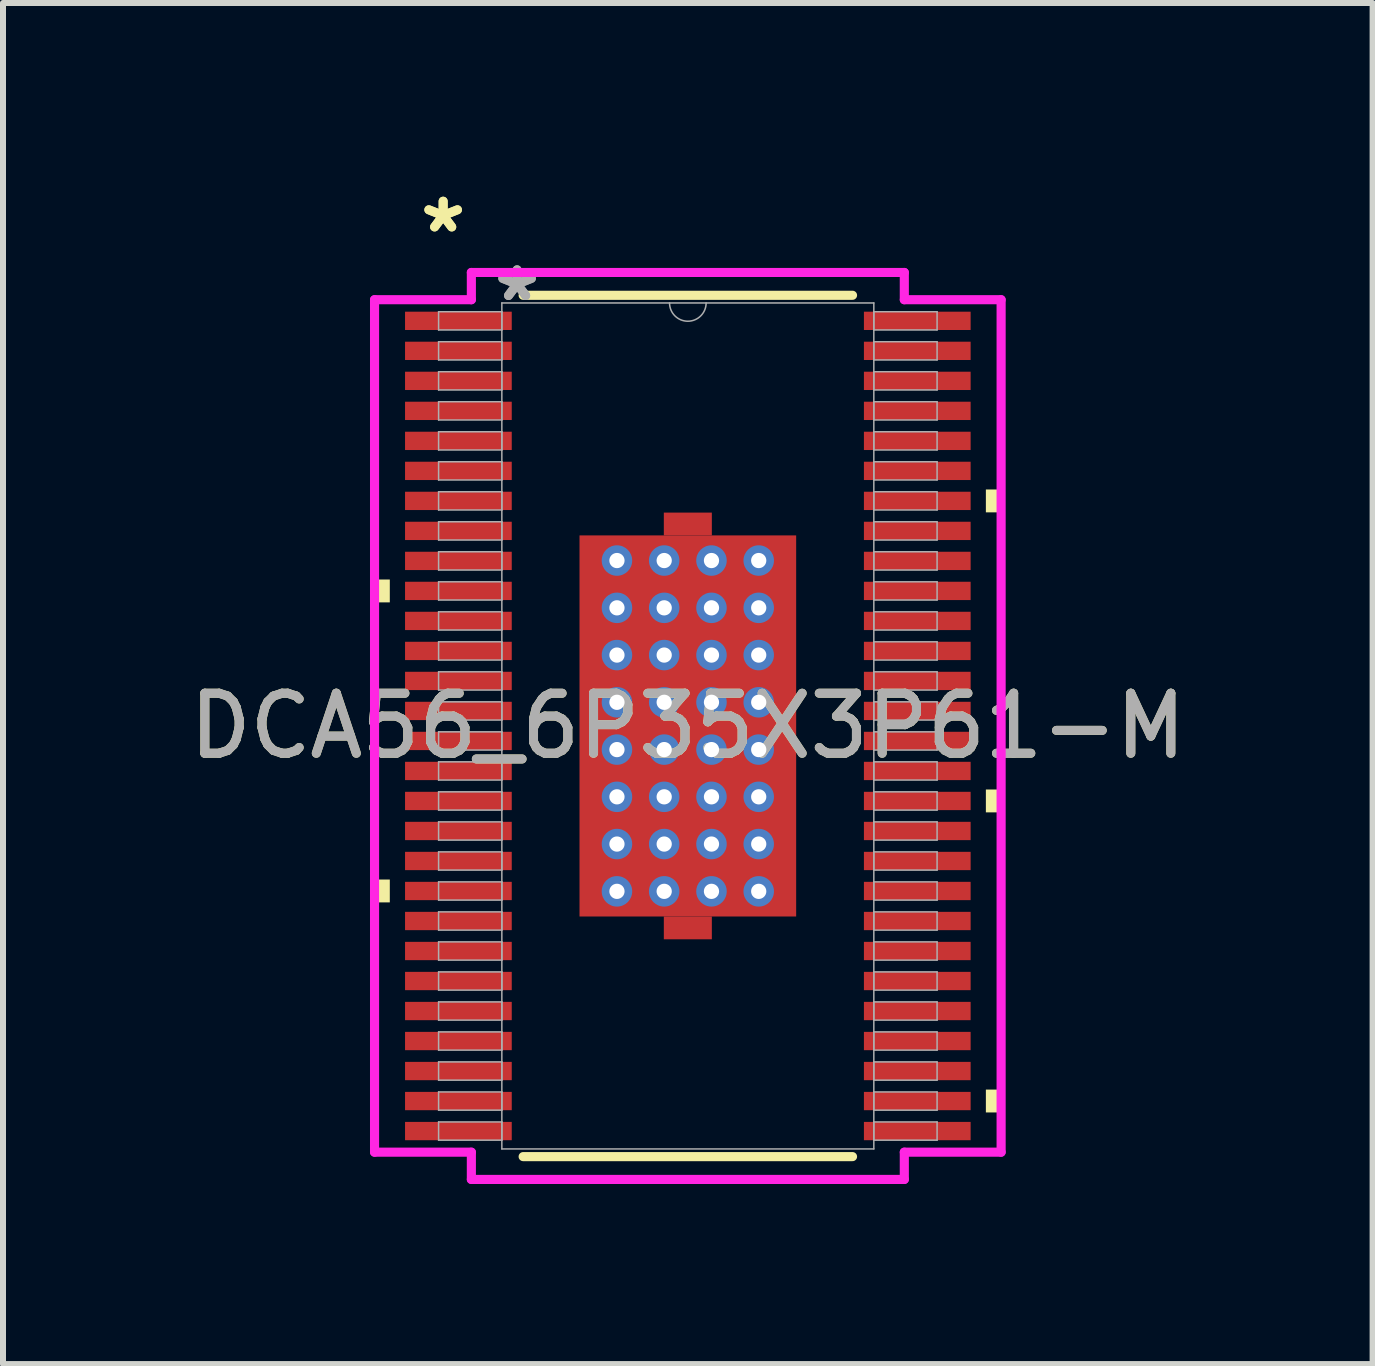
<source format=kicad_pcb>
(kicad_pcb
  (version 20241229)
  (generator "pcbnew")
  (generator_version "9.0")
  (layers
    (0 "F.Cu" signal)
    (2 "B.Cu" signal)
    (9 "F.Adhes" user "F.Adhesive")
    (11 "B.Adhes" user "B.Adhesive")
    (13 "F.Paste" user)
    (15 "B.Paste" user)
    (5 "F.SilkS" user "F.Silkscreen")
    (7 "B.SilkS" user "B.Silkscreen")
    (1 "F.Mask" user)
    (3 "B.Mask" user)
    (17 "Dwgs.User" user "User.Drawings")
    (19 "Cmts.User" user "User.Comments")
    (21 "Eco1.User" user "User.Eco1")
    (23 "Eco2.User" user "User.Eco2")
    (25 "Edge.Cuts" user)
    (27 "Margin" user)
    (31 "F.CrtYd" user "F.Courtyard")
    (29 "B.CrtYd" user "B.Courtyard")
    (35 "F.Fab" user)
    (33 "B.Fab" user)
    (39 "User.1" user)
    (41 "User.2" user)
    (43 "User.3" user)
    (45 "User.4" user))
  (footprint "DCA56_6P35X3P61-M"
    (layer "F.Cu")
    (at 8.411 9.046)
    (property "Reference" "DCA56_6P35X3P61-M" (at 0 0 0) (unlocked yes) (layer "F.SilkS") (effects (font (size 1 1) (thickness 0.15))))
    (attr smd)
    (fp_poly (pts (xy -0.4 -3.175) (xy -0.4 -3.555) (xy 0.4 -3.555) (xy 0.4 -3.175)) (stroke (width 0) (type solid)) (fill yes) (layer "F.Cu"))
    (fp_poly (pts (xy -0.4 3.175) (xy -0.4 3.555) (xy 0.4 3.555) (xy 0.4 3.175)) (stroke (width 0) (type solid)) (fill yes) (layer "F.Cu"))
    (fp_poly (pts (xy -1.869 -3.239) (xy -1.381 -3.239) (xy -1.381 3.239) (xy -1.869 3.239)) (stroke (width 0) (type solid)) (fill yes) (layer "F.Mask"))
    (fp_poly (pts (xy -1.869 -3.239) (xy 1.869 -3.239) (xy 1.869 -2.956) (xy -1.869 -2.956)) (stroke (width 0) (type solid)) (fill yes) (layer "F.Mask"))
    (fp_poly (pts (xy -1.869 -2.556) (xy 1.869 -2.556) (xy 1.869 -2.168) (xy -1.869 -2.168)) (stroke (width 0) (type solid)) (fill yes) (layer "F.Mask"))
    (fp_poly (pts (xy -1.869 -1.768) (xy 1.869 -1.768) (xy 1.869 -1.381) (xy -1.869 -1.381)) (stroke (width 0) (type solid)) (fill yes) (layer "F.Mask"))
    (fp_poly (pts (xy -1.869 -0.981) (xy 1.869 -0.981) (xy 1.869 -0.594) (xy -1.869 -0.594)) (stroke (width 0) (type solid)) (fill yes) (layer "F.Mask"))
    (fp_poly (pts (xy -1.869 -0.194) (xy 1.869 -0.194) (xy 1.869 0.194) (xy -1.869 0.194)) (stroke (width 0) (type solid)) (fill yes) (layer "F.Mask"))
    (fp_poly (pts (xy -1.869 0.594) (xy 1.869 0.594) (xy 1.869 0.981) (xy -1.869 0.981)) (stroke (width 0) (type solid)) (fill yes) (layer "F.Mask"))
    (fp_poly (pts (xy -1.869 1.381) (xy 1.869 1.381) (xy 1.869 1.768) (xy -1.869 1.768)) (stroke (width 0) (type solid)) (fill yes) (layer "F.Mask"))
    (fp_poly (pts (xy -1.869 2.168) (xy 1.869 2.168) (xy 1.869 2.556) (xy -1.869 2.556)) (stroke (width 0) (type solid)) (fill yes) (layer "F.Mask"))
    (fp_poly (pts (xy -1.869 2.956) (xy 1.869 2.956) (xy 1.869 3.239) (xy -1.869 3.239)) (stroke (width 0) (type solid)) (fill yes) (layer "F.Mask"))
    (fp_poly (pts (xy -0.594 -3.239) (xy -0.981 -3.239) (xy -0.981 3.239) (xy -0.594 3.239)) (stroke (width 0) (type solid)) (fill yes) (layer "F.Mask"))
    (fp_poly (pts (xy -0.4 -3.175) (xy -0.4 -3.555) (xy 0.4 -3.555) (xy 0.4 -3.175)) (stroke (width 0) (type solid)) (fill yes) (layer "F.Mask"))
    (fp_poly (pts (xy -0.4 3.175) (xy -0.4 3.555) (xy 0.4 3.555) (xy 0.4 3.175)) (stroke (width 0) (type solid)) (fill yes) (layer "F.Mask"))
    (fp_poly (pts (xy 0.194 -3.239) (xy -0.194 -3.239) (xy -0.194 3.239) (xy 0.194 3.239)) (stroke (width 0) (type solid)) (fill yes) (layer "F.Mask"))
    (fp_poly (pts (xy 0.981 -3.239) (xy 0.594 -3.239) (xy 0.594 3.239) (xy 0.981 3.239)) (stroke (width 0) (type solid)) (fill yes) (layer "F.Mask"))
    (fp_poly (pts (xy 1.381 -3.239) (xy 1.869 -3.239) (xy 1.869 3.239) (xy 1.381 3.239)) (stroke (width 0) (type solid)) (fill yes) (layer "F.Mask"))
    (fp_line (start -2.744 7.176) (end 2.744 7.176) (stroke (width 0.152) (type solid)) (layer "F.SilkS"))
    (fp_line (start 2.744 -7.176) (end -2.744 -7.176) (stroke (width 0.152) (type solid)) (layer "F.SilkS"))
    (fp_poly (pts (xy -5.22 -2.44) (xy -5.22 -2.059) (xy -4.966 -2.059) (xy -4.966 -2.44)) (stroke (width 0) (type solid)) (fill yes) (layer "F.SilkS"))
    (fp_poly (pts (xy -5.22 2.559) (xy -5.22 2.94) (xy -4.966 2.94) (xy -4.966 2.559)) (stroke (width 0) (type solid)) (fill yes) (layer "F.SilkS"))
    (fp_poly (pts (xy 5.22 -3.94) (xy 5.22 -3.559) (xy 4.966 -3.559) (xy 4.966 -3.94)) (stroke (width 0) (type solid)) (fill yes) (layer "F.SilkS"))
    (fp_poly (pts (xy 5.22 1.059) (xy 5.22 1.44) (xy 4.966 1.44) (xy 4.966 1.059)) (stroke (width 0) (type solid)) (fill yes) (layer "F.SilkS"))
    (fp_poly (pts (xy 5.22 6.059) (xy 5.22 6.44) (xy 4.966 6.44) (xy 4.966 6.059)) (stroke (width 0) (type solid)) (fill yes) (layer "F.SilkS"))
    (fp_poly (pts (xy -1.73 -3.1) (xy -1.73 -2.856) (xy -1.423 -2.856) (xy -1.281 -2.997) (xy -1.281 -3.1)) (stroke (width 0) (type solid)) (fill yes) (layer "F.Paste"))
    (fp_poly (pts (xy -1.73 2.856) (xy -1.73 3.1) (xy -1.281 3.1) (xy -1.281 2.997) (xy -1.423 2.856)) (stroke (width 0) (type solid)) (fill yes) (layer "F.Paste"))
    (fp_poly (pts (xy 1.281 -3.1) (xy 1.281 -2.997) (xy 1.423 -2.856) (xy 1.73 -2.856) (xy 1.73 -3.1)) (stroke (width 0) (type solid)) (fill yes) (layer "F.Paste"))
    (fp_poly (pts (xy 1.423 2.856) (xy 1.281 2.997) (xy 1.281 3.1) (xy 1.73 3.1) (xy 1.73 2.856)) (stroke (width 0) (type solid)) (fill yes) (layer "F.Paste"))
    (fp_poly (pts (xy -1.73 -2.656) (xy -1.73 -2.068) (xy -1.423 -2.068) (xy -1.281 -2.21) (xy -1.281 -2.514) (xy -1.423 -2.656)) (stroke (width 0) (type solid)) (fill yes) (layer "F.Paste"))
    (fp_poly (pts (xy -1.73 -1.869) (xy -1.73 -1.281) (xy -1.423 -1.281) (xy -1.281 -1.423) (xy -1.281 -1.727) (xy -1.423 -1.869)) (stroke (width 0) (type solid)) (fill yes) (layer "F.Paste"))
    (fp_poly (pts (xy -1.73 -1.081) (xy -1.73 -0.494) (xy -1.423 -0.494) (xy -1.281 -0.635) (xy -1.281 -0.94) (xy -1.423 -1.081)) (stroke (width 0) (type solid)) (fill yes) (layer "F.Paste"))
    (fp_poly (pts (xy -1.73 -0.294) (xy -1.73 0.294) (xy -1.423 0.294) (xy -1.281 0.152) (xy -1.281 -0.152) (xy -1.423 -0.294)) (stroke (width 0) (type solid)) (fill yes) (layer "F.Paste"))
    (fp_poly (pts (xy -1.73 0.494) (xy -1.73 1.081) (xy -1.423 1.081) (xy -1.281 0.94) (xy -1.281 0.635) (xy -1.423 0.494)) (stroke (width 0) (type solid)) (fill yes) (layer "F.Paste"))
    (fp_poly (pts (xy -1.73 1.281) (xy -1.73 1.869) (xy -1.423 1.869) (xy -1.281 1.727) (xy -1.281 1.423) (xy -1.423 1.281)) (stroke (width 0) (type solid)) (fill yes) (layer "F.Paste"))
    (fp_poly (pts (xy -1.73 2.068) (xy -1.73 2.656) (xy -1.423 2.656) (xy -1.281 2.514) (xy -1.281 2.21) (xy -1.423 2.068)) (stroke (width 0) (type solid)) (fill yes) (layer "F.Paste"))
    (fp_poly (pts (xy -1.081 -3.1) (xy -1.081 -2.997) (xy -0.94 -2.856) (xy -0.635 -2.856) (xy -0.494 -2.997) (xy -0.494 -3.1)) (stroke (width 0) (type solid)) (fill yes) (layer "F.Paste"))
    (fp_poly (pts (xy -0.94 2.856) (xy -1.081 2.997) (xy -1.081 3.1) (xy -0.494 3.1) (xy -0.494 2.997) (xy -0.635 2.856)) (stroke (width 0) (type solid)) (fill yes) (layer "F.Paste"))
    (fp_poly (pts (xy -0.294 -3.1) (xy -0.294 -2.997) (xy -0.152 -2.856) (xy 0.152 -2.856) (xy 0.294 -2.997) (xy 0.294 -3.1)) (stroke (width 0) (type solid)) (fill yes) (layer "F.Paste"))
    (fp_poly (pts (xy -0.152 2.856) (xy -0.294 2.997) (xy -0.294 3.1) (xy 0.294 3.1) (xy 0.294 2.997) (xy 0.152 2.856)) (stroke (width 0) (type solid)) (fill yes) (layer "F.Paste"))
    (fp_poly (pts (xy 0.494 -3.1) (xy 0.494 -2.997) (xy 0.635 -2.856) (xy 0.94 -2.856) (xy 1.081 -2.997) (xy 1.081 -3.1)) (stroke (width 0) (type solid)) (fill yes) (layer "F.Paste"))
    (fp_poly (pts (xy 0.635 2.856) (xy 0.494 2.997) (xy 0.494 3.1) (xy 1.081 3.1) (xy 1.081 2.997) (xy 0.94 2.856)) (stroke (width 0) (type solid)) (fill yes) (layer "F.Paste"))
    (fp_poly (pts (xy 1.423 -2.656) (xy 1.281 -2.514) (xy 1.281 -2.21) (xy 1.423 -2.068) (xy 1.73 -2.068) (xy 1.73 -2.656)) (stroke (width 0) (type solid)) (fill yes) (layer "F.Paste"))
    (fp_poly (pts (xy 1.423 -1.869) (xy 1.281 -1.727) (xy 1.281 -1.423) (xy 1.423 -1.281) (xy 1.73 -1.281) (xy 1.73 -1.869)) (stroke (width 0) (type solid)) (fill yes) (layer "F.Paste"))
    (fp_poly (pts (xy 1.423 -1.081) (xy 1.281 -0.94) (xy 1.281 -0.635) (xy 1.423 -0.494) (xy 1.73 -0.494) (xy 1.73 -1.081)) (stroke (width 0) (type solid)) (fill yes) (layer "F.Paste"))
    (fp_poly (pts (xy 1.423 -0.294) (xy 1.281 -0.152) (xy 1.281 0.152) (xy 1.423 0.294) (xy 1.73 0.294) (xy 1.73 -0.294)) (stroke (width 0) (type solid)) (fill yes) (layer "F.Paste"))
    (fp_poly (pts (xy 1.423 0.494) (xy 1.281 0.635) (xy 1.281 0.94) (xy 1.423 1.081) (xy 1.73 1.081) (xy 1.73 0.494)) (stroke (width 0) (type solid)) (fill yes) (layer "F.Paste"))
    (fp_poly (pts (xy 1.423 1.281) (xy 1.281 1.423) (xy 1.281 1.727) (xy 1.423 1.869) (xy 1.73 1.869) (xy 1.73 1.281)) (stroke (width 0) (type solid)) (fill yes) (layer "F.Paste"))
    (fp_poly (pts (xy 1.423 2.068) (xy 1.281 2.21) (xy 1.281 2.514) (xy 1.423 2.656) (xy 1.73 2.656) (xy 1.73 2.068)) (stroke (width 0) (type solid)) (fill yes) (layer "F.Paste"))
    (fp_poly (pts (xy -0.94 -2.656) (xy -1.081 -2.514) (xy -1.081 -2.21) (xy -0.94 -2.068) (xy -0.635 -2.068) (xy -0.494 -2.21) (xy -0.494 -2.514) (xy -0.635 -2.656)) (stroke (width 0) (type solid)) (fill yes) (layer "F.Paste"))
    (fp_poly (pts (xy -0.94 -1.869) (xy -1.081 -1.727) (xy -1.081 -1.423) (xy -0.94 -1.281) (xy -0.635 -1.281) (xy -0.494 -1.423) (xy -0.494 -1.727) (xy -0.635 -1.869)) (stroke (width 0) (type solid)) (fill yes) (layer "F.Paste"))
    (fp_poly (pts (xy -0.94 -1.081) (xy -1.081 -0.94) (xy -1.081 -0.635) (xy -0.94 -0.494) (xy -0.635 -0.494) (xy -0.494 -0.635) (xy -0.494 -0.94) (xy -0.635 -1.081)) (stroke (width 0) (type solid)) (fill yes) (layer "F.Paste"))
    (fp_poly (pts (xy -0.94 -0.294) (xy -1.081 -0.152) (xy -1.081 0.152) (xy -0.94 0.294) (xy -0.635 0.294) (xy -0.494 0.152) (xy -0.494 -0.152) (xy -0.635 -0.294)) (stroke (width 0) (type solid)) (fill yes) (layer "F.Paste"))
    (fp_poly (pts (xy -0.94 0.494) (xy -1.081 0.635) (xy -1.081 0.94) (xy -0.94 1.081) (xy -0.635 1.081) (xy -0.494 0.94) (xy -0.494 0.635) (xy -0.635 0.494)) (stroke (width 0) (type solid)) (fill yes) (layer "F.Paste"))
    (fp_poly (pts (xy -0.94 1.281) (xy -1.081 1.423) (xy -1.081 1.727) (xy -0.94 1.869) (xy -0.635 1.869) (xy -0.494 1.727) (xy -0.494 1.423) (xy -0.635 1.281)) (stroke (width 0) (type solid)) (fill yes) (layer "F.Paste"))
    (fp_poly (pts (xy -0.94 2.068) (xy -1.081 2.21) (xy -1.081 2.514) (xy -0.94 2.656) (xy -0.635 2.656) (xy -0.494 2.514) (xy -0.494 2.21) (xy -0.635 2.068)) (stroke (width 0) (type solid)) (fill yes) (layer "F.Paste"))
    (fp_poly (pts (xy -0.152 -2.656) (xy -0.294 -2.514) (xy -0.294 -2.21) (xy -0.152 -2.068) (xy 0.152 -2.068) (xy 0.294 -2.21) (xy 0.294 -2.514) (xy 0.152 -2.656)) (stroke (width 0) (type solid)) (fill yes) (layer "F.Paste"))
    (fp_poly (pts (xy -0.152 -1.869) (xy -0.294 -1.727) (xy -0.294 -1.423) (xy -0.152 -1.281) (xy 0.152 -1.281) (xy 0.294 -1.423) (xy 0.294 -1.727) (xy 0.152 -1.869)) (stroke (width 0) (type solid)) (fill yes) (layer "F.Paste"))
    (fp_poly (pts (xy -0.152 -1.081) (xy -0.294 -0.94) (xy -0.294 -0.635) (xy -0.152 -0.494) (xy 0.152 -0.494) (xy 0.294 -0.635) (xy 0.294 -0.94) (xy 0.152 -1.081)) (stroke (width 0) (type solid)) (fill yes) (layer "F.Paste"))
    (fp_poly (pts (xy -0.152 -0.294) (xy -0.294 -0.152) (xy -0.294 0.152) (xy -0.152 0.294) (xy 0.152 0.294) (xy 0.294 0.152) (xy 0.294 -0.152) (xy 0.152 -0.294)) (stroke (width 0) (type solid)) (fill yes) (layer "F.Paste"))
    (fp_poly (pts (xy -0.152 0.494) (xy -0.294 0.635) (xy -0.294 0.94) (xy -0.152 1.081) (xy 0.152 1.081) (xy 0.294 0.94) (xy 0.294 0.635) (xy 0.152 0.494)) (stroke (width 0) (type solid)) (fill yes) (layer "F.Paste"))
    (fp_poly (pts (xy -0.152 1.281) (xy -0.294 1.423) (xy -0.294 1.727) (xy -0.152 1.869) (xy 0.152 1.869) (xy 0.294 1.727) (xy 0.294 1.423) (xy 0.152 1.281)) (stroke (width 0) (type solid)) (fill yes) (layer "F.Paste"))
    (fp_poly (pts (xy -0.152 2.068) (xy -0.294 2.21) (xy -0.294 2.514) (xy -0.152 2.656) (xy 0.152 2.656) (xy 0.294 2.514) (xy 0.294 2.21) (xy 0.152 2.068)) (stroke (width 0) (type solid)) (fill yes) (layer "F.Paste"))
    (fp_poly (pts (xy 0.635 -2.656) (xy 0.494 -2.514) (xy 0.494 -2.21) (xy 0.635 -2.068) (xy 0.94 -2.068) (xy 1.081 -2.21) (xy 1.081 -2.514) (xy 0.94 -2.656)) (stroke (width 0) (type solid)) (fill yes) (layer "F.Paste"))
    (fp_poly (pts (xy 0.635 -1.869) (xy 0.494 -1.727) (xy 0.494 -1.423) (xy 0.635 -1.281) (xy 0.94 -1.281) (xy 1.081 -1.423) (xy 1.081 -1.727) (xy 0.94 -1.869)) (stroke (width 0) (type solid)) (fill yes) (layer "F.Paste"))
    (fp_poly (pts (xy 0.635 -1.081) (xy 0.494 -0.94) (xy 0.494 -0.635) (xy 0.635 -0.494) (xy 0.94 -0.494) (xy 1.081 -0.635) (xy 1.081 -0.94) (xy 0.94 -1.081)) (stroke (width 0) (type solid)) (fill yes) (layer "F.Paste"))
    (fp_poly (pts (xy 0.635 -0.294) (xy 0.494 -0.152) (xy 0.494 0.152) (xy 0.635 0.294) (xy 0.94 0.294) (xy 1.081 0.152) (xy 1.081 -0.152) (xy 0.94 -0.294)) (stroke (width 0) (type solid)) (fill yes) (layer "F.Paste"))
    (fp_poly (pts (xy 0.635 0.494) (xy 0.494 0.635) (xy 0.494 0.94) (xy 0.635 1.081) (xy 0.94 1.081) (xy 1.081 0.94) (xy 1.081 0.635) (xy 0.94 0.494)) (stroke (width 0) (type solid)) (fill yes) (layer "F.Paste"))
    (fp_poly (pts (xy 0.635 1.281) (xy 0.494 1.423) (xy 0.494 1.727) (xy 0.635 1.869) (xy 0.94 1.869) (xy 1.081 1.727) (xy 1.081 1.423) (xy 0.94 1.281)) (stroke (width 0) (type solid)) (fill yes) (layer "F.Paste"))
    (fp_poly (pts (xy 0.635 2.068) (xy 0.494 2.21) (xy 0.494 2.514) (xy 0.635 2.656) (xy 0.94 2.656) (xy 1.081 2.514) (xy 1.081 2.21) (xy 0.94 2.068)) (stroke (width 0) (type solid)) (fill yes) (layer "F.Paste"))
    (fp_line (start -5.22 -7.102) (end -3.607 -7.102) (stroke (width 0.152) (type solid)) (layer "F.CrtYd"))
    (fp_line (start -5.22 7.102) (end -5.22 -7.102) (stroke (width 0.152) (type solid)) (layer "F.CrtYd"))
    (fp_line (start -5.22 7.102) (end -3.607 7.102) (stroke (width 0.152) (type solid)) (layer "F.CrtYd"))
    (fp_line (start -3.607 -7.556) (end 3.607 -7.556) (stroke (width 0.152) (type solid)) (layer "F.CrtYd"))
    (fp_line (start -3.607 -7.102) (end -3.607 -7.556) (stroke (width 0.152) (type solid)) (layer "F.CrtYd"))
    (fp_line (start -3.607 7.556) (end -3.607 7.102) (stroke (width 0.152) (type solid)) (layer "F.CrtYd"))
    (fp_line (start 3.607 -7.556) (end 3.607 -7.102) (stroke (width 0.152) (type solid)) (layer "F.CrtYd"))
    (fp_line (start 3.607 7.102) (end 3.607 7.556) (stroke (width 0.152) (type solid)) (layer "F.CrtYd"))
    (fp_line (start 3.607 7.556) (end -3.607 7.556) (stroke (width 0.152) (type solid)) (layer "F.CrtYd"))
    (fp_line (start 5.22 -7.102) (end 3.607 -7.102) (stroke (width 0.152) (type solid)) (layer "F.CrtYd"))
    (fp_line (start 5.22 -7.102) (end 5.22 7.102) (stroke (width 0.152) (type solid)) (layer "F.CrtYd"))
    (fp_line (start 5.22 7.102) (end 3.607 7.102) (stroke (width 0.152) (type solid)) (layer "F.CrtYd"))
    (fp_line (start -4.153 -6.902) (end -4.153 -6.598) (stroke (width 0.025) (type solid)) (layer "F.Fab"))
    (fp_line (start -4.153 -6.598) (end -3.099 -6.598) (stroke (width 0.025) (type solid)) (layer "F.Fab"))
    (fp_line (start -4.153 -6.402) (end -4.153 -6.098) (stroke (width 0.025) (type solid)) (layer "F.Fab"))
    (fp_line (start -4.153 -6.098) (end -3.099 -6.098) (stroke (width 0.025) (type solid)) (layer "F.Fab"))
    (fp_line (start -4.153 -5.902) (end -4.153 -5.598) (stroke (width 0.025) (type solid)) (layer "F.Fab"))
    (fp_line (start -4.153 -5.598) (end -3.099 -5.598) (stroke (width 0.025) (type solid)) (layer "F.Fab"))
    (fp_line (start -4.153 -5.402) (end -4.153 -5.098) (stroke (width 0.025) (type solid)) (layer "F.Fab"))
    (fp_line (start -4.153 -5.098) (end -3.099 -5.098) (stroke (width 0.025) (type solid)) (layer "F.Fab"))
    (fp_line (start -4.153 -4.902) (end -4.153 -4.598) (stroke (width 0.025) (type solid)) (layer "F.Fab"))
    (fp_line (start -4.153 -4.598) (end -3.099 -4.598) (stroke (width 0.025) (type solid)) (layer "F.Fab"))
    (fp_line (start -4.153 -4.402) (end -4.153 -4.098) (stroke (width 0.025) (type solid)) (layer "F.Fab"))
    (fp_line (start -4.153 -4.098) (end -3.099 -4.098) (stroke (width 0.025) (type solid)) (layer "F.Fab"))
    (fp_line (start -4.153 -3.902) (end -4.153 -3.598) (stroke (width 0.025) (type solid)) (layer "F.Fab"))
    (fp_line (start -4.153 -3.598) (end -3.099 -3.598) (stroke (width 0.025) (type solid)) (layer "F.Fab"))
    (fp_line (start -4.153 -3.402) (end -4.153 -3.098) (stroke (width 0.025) (type solid)) (layer "F.Fab"))
    (fp_line (start -4.153 -3.098) (end -3.099 -3.098) (stroke (width 0.025) (type solid)) (layer "F.Fab"))
    (fp_line (start -4.153 -2.902) (end -4.153 -2.598) (stroke (width 0.025) (type solid)) (layer "F.Fab"))
    (fp_line (start -4.153 -2.598) (end -3.099 -2.598) (stroke (width 0.025) (type solid)) (layer "F.Fab"))
    (fp_line (start -4.153 -2.402) (end -4.153 -2.098) (stroke (width 0.025) (type solid)) (layer "F.Fab"))
    (fp_line (start -4.153 -2.098) (end -3.099 -2.098) (stroke (width 0.025) (type solid)) (layer "F.Fab"))
    (fp_line (start -4.153 -1.902) (end -4.153 -1.598) (stroke (width 0.025) (type solid)) (layer "F.Fab"))
    (fp_line (start -4.153 -1.598) (end -3.099 -1.598) (stroke (width 0.025) (type solid)) (layer "F.Fab"))
    (fp_line (start -4.153 -1.402) (end -4.153 -1.098) (stroke (width 0.025) (type solid)) (layer "F.Fab"))
    (fp_line (start -4.153 -1.098) (end -3.099 -1.098) (stroke (width 0.025) (type solid)) (layer "F.Fab"))
    (fp_line (start -4.153 -0.902) (end -4.153 -0.598) (stroke (width 0.025) (type solid)) (layer "F.Fab"))
    (fp_line (start -4.153 -0.598) (end -3.099 -0.598) (stroke (width 0.025) (type solid)) (layer "F.Fab"))
    (fp_line (start -4.153 -0.402) (end -4.153 -0.098) (stroke (width 0.025) (type solid)) (layer "F.Fab"))
    (fp_line (start -4.153 -0.098) (end -3.099 -0.098) (stroke (width 0.025) (type solid)) (layer "F.Fab"))
    (fp_line (start -4.153 0.098) (end -4.153 0.402) (stroke (width 0.025) (type solid)) (layer "F.Fab"))
    (fp_line (start -4.153 0.402) (end -3.099 0.402) (stroke (width 0.025) (type solid)) (layer "F.Fab"))
    (fp_line (start -4.153 0.598) (end -4.153 0.902) (stroke (width 0.025) (type solid)) (layer "F.Fab"))
    (fp_line (start -4.153 0.902) (end -3.099 0.902) (stroke (width 0.025) (type solid)) (layer "F.Fab"))
    (fp_line (start -4.153 1.098) (end -4.153 1.402) (stroke (width 0.025) (type solid)) (layer "F.Fab"))
    (fp_line (start -4.153 1.402) (end -3.099 1.402) (stroke (width 0.025) (type solid)) (layer "F.Fab"))
    (fp_line (start -4.153 1.598) (end -4.153 1.902) (stroke (width 0.025) (type solid)) (layer "F.Fab"))
    (fp_line (start -4.153 1.902) (end -3.099 1.902) (stroke (width 0.025) (type solid)) (layer "F.Fab"))
    (fp_line (start -4.153 2.098) (end -4.153 2.402) (stroke (width 0.025) (type solid)) (layer "F.Fab"))
    (fp_line (start -4.153 2.402) (end -3.099 2.402) (stroke (width 0.025) (type solid)) (layer "F.Fab"))
    (fp_line (start -4.153 2.598) (end -4.153 2.902) (stroke (width 0.025) (type solid)) (layer "F.Fab"))
    (fp_line (start -4.153 2.902) (end -3.099 2.902) (stroke (width 0.025) (type solid)) (layer "F.Fab"))
    (fp_line (start -4.153 3.098) (end -4.153 3.402) (stroke (width 0.025) (type solid)) (layer "F.Fab"))
    (fp_line (start -4.153 3.402) (end -3.099 3.402) (stroke (width 0.025) (type solid)) (layer "F.Fab"))
    (fp_line (start -4.153 3.598) (end -4.153 3.902) (stroke (width 0.025) (type solid)) (layer "F.Fab"))
    (fp_line (start -4.153 3.902) (end -3.099 3.902) (stroke (width 0.025) (type solid)) (layer "F.Fab"))
    (fp_line (start -4.153 4.098) (end -4.153 4.402) (stroke (width 0.025) (type solid)) (layer "F.Fab"))
    (fp_line (start -4.153 4.402) (end -3.099 4.402) (stroke (width 0.025) (type solid)) (layer "F.Fab"))
    (fp_line (start -4.153 4.598) (end -4.153 4.902) (stroke (width 0.025) (type solid)) (layer "F.Fab"))
    (fp_line (start -4.153 4.902) (end -3.099 4.902) (stroke (width 0.025) (type solid)) (layer "F.Fab"))
    (fp_line (start -4.153 5.098) (end -4.153 5.402) (stroke (width 0.025) (type solid)) (layer "F.Fab"))
    (fp_line (start -4.153 5.402) (end -3.099 5.402) (stroke (width 0.025) (type solid)) (layer "F.Fab"))
    (fp_line (start -4.153 5.598) (end -4.153 5.902) (stroke (width 0.025) (type solid)) (layer "F.Fab"))
    (fp_line (start -4.153 5.902) (end -3.099 5.902) (stroke (width 0.025) (type solid)) (layer "F.Fab"))
    (fp_line (start -4.153 6.098) (end -4.153 6.402) (stroke (width 0.025) (type solid)) (layer "F.Fab"))
    (fp_line (start -4.153 6.402) (end -3.099 6.402) (stroke (width 0.025) (type solid)) (layer "F.Fab"))
    (fp_line (start -4.153 6.598) (end -4.153 6.902) (stroke (width 0.025) (type solid)) (layer "F.Fab"))
    (fp_line (start -4.153 6.902) (end -3.099 6.902) (stroke (width 0.025) (type solid)) (layer "F.Fab"))
    (fp_line (start -3.099 -7.048) (end -3.099 7.048) (stroke (width 0.025) (type solid)) (layer "F.Fab"))
    (fp_line (start -3.099 -6.902) (end -4.153 -6.902) (stroke (width 0.025) (type solid)) (layer "F.Fab"))
    (fp_line (start -3.099 -6.598) (end -3.099 -6.902) (stroke (width 0.025) (type solid)) (layer "F.Fab"))
    (fp_line (start -3.099 -6.402) (end -4.153 -6.402) (stroke (width 0.025) (type solid)) (layer "F.Fab"))
    (fp_line (start -3.099 -6.098) (end -3.099 -6.402) (stroke (width 0.025) (type solid)) (layer "F.Fab"))
    (fp_line (start -3.099 -5.902) (end -4.153 -5.902) (stroke (width 0.025) (type solid)) (layer "F.Fab"))
    (fp_line (start -3.099 -5.598) (end -3.099 -5.902) (stroke (width 0.025) (type solid)) (layer "F.Fab"))
    (fp_line (start -3.099 -5.402) (end -4.153 -5.402) (stroke (width 0.025) (type solid)) (layer "F.Fab"))
    (fp_line (start -3.099 -5.098) (end -3.099 -5.402) (stroke (width 0.025) (type solid)) (layer "F.Fab"))
    (fp_line (start -3.099 -4.902) (end -4.153 -4.902) (stroke (width 0.025) (type solid)) (layer "F.Fab"))
    (fp_line (start -3.099 -4.598) (end -3.099 -4.902) (stroke (width 0.025) (type solid)) (layer "F.Fab"))
    (fp_line (start -3.099 -4.402) (end -4.153 -4.402) (stroke (width 0.025) (type solid)) (layer "F.Fab"))
    (fp_line (start -3.099 -4.098) (end -3.099 -4.402) (stroke (width 0.025) (type solid)) (layer "F.Fab"))
    (fp_line (start -3.099 -3.902) (end -4.153 -3.902) (stroke (width 0.025) (type solid)) (layer "F.Fab"))
    (fp_line (start -3.099 -3.598) (end -3.099 -3.902) (stroke (width 0.025) (type solid)) (layer "F.Fab"))
    (fp_line (start -3.099 -3.402) (end -4.153 -3.402) (stroke (width 0.025) (type solid)) (layer "F.Fab"))
    (fp_line (start -3.099 -3.098) (end -3.099 -3.402) (stroke (width 0.025) (type solid)) (layer "F.Fab"))
    (fp_line (start -3.099 -2.902) (end -4.153 -2.902) (stroke (width 0.025) (type solid)) (layer "F.Fab"))
    (fp_line (start -3.099 -2.598) (end -3.099 -2.902) (stroke (width 0.025) (type solid)) (layer "F.Fab"))
    (fp_line (start -3.099 -2.402) (end -4.153 -2.402) (stroke (width 0.025) (type solid)) (layer "F.Fab"))
    (fp_line (start -3.099 -2.098) (end -3.099 -2.402) (stroke (width 0.025) (type solid)) (layer "F.Fab"))
    (fp_line (start -3.099 -1.902) (end -4.153 -1.902) (stroke (width 0.025) (type solid)) (layer "F.Fab"))
    (fp_line (start -3.099 -1.598) (end -3.099 -1.902) (stroke (width 0.025) (type solid)) (layer "F.Fab"))
    (fp_line (start -3.099 -1.402) (end -4.153 -1.402) (stroke (width 0.025) (type solid)) (layer "F.Fab"))
    (fp_line (start -3.099 -1.098) (end -3.099 -1.402) (stroke (width 0.025) (type solid)) (layer "F.Fab"))
    (fp_line (start -3.099 -0.902) (end -4.153 -0.902) (stroke (width 0.025) (type solid)) (layer "F.Fab"))
    (fp_line (start -3.099 -0.598) (end -3.099 -0.902) (stroke (width 0.025) (type solid)) (layer "F.Fab"))
    (fp_line (start -3.099 -0.402) (end -4.153 -0.402) (stroke (width 0.025) (type solid)) (layer "F.Fab"))
    (fp_line (start -3.099 -0.098) (end -3.099 -0.402) (stroke (width 0.025) (type solid)) (layer "F.Fab"))
    (fp_line (start -3.099 0.098) (end -4.153 0.098) (stroke (width 0.025) (type solid)) (layer "F.Fab"))
    (fp_line (start -3.099 0.402) (end -3.099 0.098) (stroke (width 0.025) (type solid)) (layer "F.Fab"))
    (fp_line (start -3.099 0.598) (end -4.153 0.598) (stroke (width 0.025) (type solid)) (layer "F.Fab"))
    (fp_line (start -3.099 0.902) (end -3.099 0.598) (stroke (width 0.025) (type solid)) (layer "F.Fab"))
    (fp_line (start -3.099 1.098) (end -4.153 1.098) (stroke (width 0.025) (type solid)) (layer "F.Fab"))
    (fp_line (start -3.099 1.402) (end -3.099 1.098) (stroke (width 0.025) (type solid)) (layer "F.Fab"))
    (fp_line (start -3.099 1.598) (end -4.153 1.598) (stroke (width 0.025) (type solid)) (layer "F.Fab"))
    (fp_line (start -3.099 1.902) (end -3.099 1.598) (stroke (width 0.025) (type solid)) (layer "F.Fab"))
    (fp_line (start -3.099 2.098) (end -4.153 2.098) (stroke (width 0.025) (type solid)) (layer "F.Fab"))
    (fp_line (start -3.099 2.402) (end -3.099 2.098) (stroke (width 0.025) (type solid)) (layer "F.Fab"))
    (fp_line (start -3.099 2.598) (end -4.153 2.598) (stroke (width 0.025) (type solid)) (layer "F.Fab"))
    (fp_line (start -3.099 2.902) (end -3.099 2.598) (stroke (width 0.025) (type solid)) (layer "F.Fab"))
    (fp_line (start -3.099 3.098) (end -4.153 3.098) (stroke (width 0.025) (type solid)) (layer "F.Fab"))
    (fp_line (start -3.099 3.402) (end -3.099 3.098) (stroke (width 0.025) (type solid)) (layer "F.Fab"))
    (fp_line (start -3.099 3.598) (end -4.153 3.598) (stroke (width 0.025) (type solid)) (layer "F.Fab"))
    (fp_line (start -3.099 3.902) (end -3.099 3.598) (stroke (width 0.025) (type solid)) (layer "F.Fab"))
    (fp_line (start -3.099 4.098) (end -4.153 4.098) (stroke (width 0.025) (type solid)) (layer "F.Fab"))
    (fp_line (start -3.099 4.402) (end -3.099 4.098) (stroke (width 0.025) (type solid)) (layer "F.Fab"))
    (fp_line (start -3.099 4.598) (end -4.153 4.598) (stroke (width 0.025) (type solid)) (layer "F.Fab"))
    (fp_line (start -3.099 4.902) (end -3.099 4.598) (stroke (width 0.025) (type solid)) (layer "F.Fab"))
    (fp_line (start -3.099 5.098) (end -4.153 5.098) (stroke (width 0.025) (type solid)) (layer "F.Fab"))
    (fp_line (start -3.099 5.402) (end -3.099 5.098) (stroke (width 0.025) (type solid)) (layer "F.Fab"))
    (fp_line (start -3.099 5.598) (end -4.153 5.598) (stroke (width 0.025) (type solid)) (layer "F.Fab"))
    (fp_line (start -3.099 5.902) (end -3.099 5.598) (stroke (width 0.025) (type solid)) (layer "F.Fab"))
    (fp_line (start -3.099 6.098) (end -4.153 6.098) (stroke (width 0.025) (type solid)) (layer "F.Fab"))
    (fp_line (start -3.099 6.402) (end -3.099 6.098) (stroke (width 0.025) (type solid)) (layer "F.Fab"))
    (fp_line (start -3.099 6.598) (end -4.153 6.598) (stroke (width 0.025) (type solid)) (layer "F.Fab"))
    (fp_line (start -3.099 6.902) (end -3.099 6.598) (stroke (width 0.025) (type solid)) (layer "F.Fab"))
    (fp_line (start -3.099 7.048) (end 3.099 7.048) (stroke (width 0.025) (type solid)) (layer "F.Fab"))
    (fp_line (start 3.099 -7.048) (end -3.099 -7.048) (stroke (width 0.025) (type solid)) (layer "F.Fab"))
    (fp_line (start 3.099 -6.902) (end 3.099 -6.598) (stroke (width 0.025) (type solid)) (layer "F.Fab"))
    (fp_line (start 3.099 -6.598) (end 4.153 -6.598) (stroke (width 0.025) (type solid)) (layer "F.Fab"))
    (fp_line (start 3.099 -6.402) (end 3.099 -6.098) (stroke (width 0.025) (type solid)) (layer "F.Fab"))
    (fp_line (start 3.099 -6.098) (end 4.153 -6.098) (stroke (width 0.025) (type solid)) (layer "F.Fab"))
    (fp_line (start 3.099 -5.902) (end 3.099 -5.598) (stroke (width 0.025) (type solid)) (layer "F.Fab"))
    (fp_line (start 3.099 -5.598) (end 4.153 -5.598) (stroke (width 0.025) (type solid)) (layer "F.Fab"))
    (fp_line (start 3.099 -5.402) (end 3.099 -5.098) (stroke (width 0.025) (type solid)) (layer "F.Fab"))
    (fp_line (start 3.099 -5.098) (end 4.153 -5.098) (stroke (width 0.025) (type solid)) (layer "F.Fab"))
    (fp_line (start 3.099 -4.902) (end 3.099 -4.598) (stroke (width 0.025) (type solid)) (layer "F.Fab"))
    (fp_line (start 3.099 -4.598) (end 4.153 -4.598) (stroke (width 0.025) (type solid)) (layer "F.Fab"))
    (fp_line (start 3.099 -4.402) (end 3.099 -4.098) (stroke (width 0.025) (type solid)) (layer "F.Fab"))
    (fp_line (start 3.099 -4.098) (end 4.153 -4.098) (stroke (width 0.025) (type solid)) (layer "F.Fab"))
    (fp_line (start 3.099 -3.902) (end 3.099 -3.598) (stroke (width 0.025) (type solid)) (layer "F.Fab"))
    (fp_line (start 3.099 -3.598) (end 4.153 -3.598) (stroke (width 0.025) (type solid)) (layer "F.Fab"))
    (fp_line (start 3.099 -3.402) (end 3.099 -3.098) (stroke (width 0.025) (type solid)) (layer "F.Fab"))
    (fp_line (start 3.099 -3.098) (end 4.153 -3.098) (stroke (width 0.025) (type solid)) (layer "F.Fab"))
    (fp_line (start 3.099 -2.902) (end 3.099 -2.598) (stroke (width 0.025) (type solid)) (layer "F.Fab"))
    (fp_line (start 3.099 -2.598) (end 4.153 -2.598) (stroke (width 0.025) (type solid)) (layer "F.Fab"))
    (fp_line (start 3.099 -2.402) (end 3.099 -2.098) (stroke (width 0.025) (type solid)) (layer "F.Fab"))
    (fp_line (start 3.099 -2.098) (end 4.153 -2.098) (stroke (width 0.025) (type solid)) (layer "F.Fab"))
    (fp_line (start 3.099 -1.902) (end 3.099 -1.598) (stroke (width 0.025) (type solid)) (layer "F.Fab"))
    (fp_line (start 3.099 -1.598) (end 4.153 -1.598) (stroke (width 0.025) (type solid)) (layer "F.Fab"))
    (fp_line (start 3.099 -1.402) (end 3.099 -1.098) (stroke (width 0.025) (type solid)) (layer "F.Fab"))
    (fp_line (start 3.099 -1.098) (end 4.153 -1.098) (stroke (width 0.025) (type solid)) (layer "F.Fab"))
    (fp_line (start 3.099 -0.902) (end 3.099 -0.598) (stroke (width 0.025) (type solid)) (layer "F.Fab"))
    (fp_line (start 3.099 -0.598) (end 4.153 -0.598) (stroke (width 0.025) (type solid)) (layer "F.Fab"))
    (fp_line (start 3.099 -0.402) (end 3.099 -0.098) (stroke (width 0.025) (type solid)) (layer "F.Fab"))
    (fp_line (start 3.099 -0.098) (end 4.153 -0.098) (stroke (width 0.025) (type solid)) (layer "F.Fab"))
    (fp_line (start 3.099 0.098) (end 3.099 0.402) (stroke (width 0.025) (type solid)) (layer "F.Fab"))
    (fp_line (start 3.099 0.402) (end 4.153 0.402) (stroke (width 0.025) (type solid)) (layer "F.Fab"))
    (fp_line (start 3.099 0.598) (end 3.099 0.902) (stroke (width 0.025) (type solid)) (layer "F.Fab"))
    (fp_line (start 3.099 0.902) (end 4.153 0.902) (stroke (width 0.025) (type solid)) (layer "F.Fab"))
    (fp_line (start 3.099 1.098) (end 3.099 1.402) (stroke (width 0.025) (type solid)) (layer "F.Fab"))
    (fp_line (start 3.099 1.402) (end 4.153 1.402) (stroke (width 0.025) (type solid)) (layer "F.Fab"))
    (fp_line (start 3.099 1.598) (end 3.099 1.902) (stroke (width 0.025) (type solid)) (layer "F.Fab"))
    (fp_line (start 3.099 1.902) (end 4.153 1.902) (stroke (width 0.025) (type solid)) (layer "F.Fab"))
    (fp_line (start 3.099 2.098) (end 3.099 2.402) (stroke (width 0.025) (type solid)) (layer "F.Fab"))
    (fp_line (start 3.099 2.402) (end 4.153 2.402) (stroke (width 0.025) (type solid)) (layer "F.Fab"))
    (fp_line (start 3.099 2.598) (end 3.099 2.902) (stroke (width 0.025) (type solid)) (layer "F.Fab"))
    (fp_line (start 3.099 2.902) (end 4.153 2.902) (stroke (width 0.025) (type solid)) (layer "F.Fab"))
    (fp_line (start 3.099 3.098) (end 3.099 3.402) (stroke (width 0.025) (type solid)) (layer "F.Fab"))
    (fp_line (start 3.099 3.402) (end 4.153 3.402) (stroke (width 0.025) (type solid)) (layer "F.Fab"))
    (fp_line (start 3.099 3.598) (end 3.099 3.902) (stroke (width 0.025) (type solid)) (layer "F.Fab"))
    (fp_line (start 3.099 3.902) (end 4.153 3.902) (stroke (width 0.025) (type solid)) (layer "F.Fab"))
    (fp_line (start 3.099 4.098) (end 3.099 4.402) (stroke (width 0.025) (type solid)) (layer "F.Fab"))
    (fp_line (start 3.099 4.402) (end 4.153 4.402) (stroke (width 0.025) (type solid)) (layer "F.Fab"))
    (fp_line (start 3.099 4.598) (end 3.099 4.902) (stroke (width 0.025) (type solid)) (layer "F.Fab"))
    (fp_line (start 3.099 4.902) (end 4.153 4.902) (stroke (width 0.025) (type solid)) (layer "F.Fab"))
    (fp_line (start 3.099 5.098) (end 3.099 5.402) (stroke (width 0.025) (type solid)) (layer "F.Fab"))
    (fp_line (start 3.099 5.402) (end 4.153 5.402) (stroke (width 0.025) (type solid)) (layer "F.Fab"))
    (fp_line (start 3.099 5.598) (end 3.099 5.902) (stroke (width 0.025) (type solid)) (layer "F.Fab"))
    (fp_line (start 3.099 5.902) (end 4.153 5.902) (stroke (width 0.025) (type solid)) (layer "F.Fab"))
    (fp_line (start 3.099 6.098) (end 3.099 6.402) (stroke (width 0.025) (type solid)) (layer "F.Fab"))
    (fp_line (start 3.099 6.402) (end 4.153 6.402) (stroke (width 0.025) (type solid)) (layer "F.Fab"))
    (fp_line (start 3.099 6.598) (end 3.099 6.902) (stroke (width 0.025) (type solid)) (layer "F.Fab"))
    (fp_line (start 3.099 6.902) (end 4.153 6.902) (stroke (width 0.025) (type solid)) (layer "F.Fab"))
    (fp_line (start 3.099 7.048) (end 3.099 -7.048) (stroke (width 0.025) (type solid)) (layer "F.Fab"))
    (fp_line (start 4.153 -6.902) (end 3.099 -6.902) (stroke (width 0.025) (type solid)) (layer "F.Fab"))
    (fp_line (start 4.153 -6.598) (end 4.153 -6.902) (stroke (width 0.025) (type solid)) (layer "F.Fab"))
    (fp_line (start 4.153 -6.402) (end 3.099 -6.402) (stroke (width 0.025) (type solid)) (layer "F.Fab"))
    (fp_line (start 4.153 -6.098) (end 4.153 -6.402) (stroke (width 0.025) (type solid)) (layer "F.Fab"))
    (fp_line (start 4.153 -5.902) (end 3.099 -5.902) (stroke (width 0.025) (type solid)) (layer "F.Fab"))
    (fp_line (start 4.153 -5.598) (end 4.153 -5.902) (stroke (width 0.025) (type solid)) (layer "F.Fab"))
    (fp_line (start 4.153 -5.402) (end 3.099 -5.402) (stroke (width 0.025) (type solid)) (layer "F.Fab"))
    (fp_line (start 4.153 -5.098) (end 4.153 -5.402) (stroke (width 0.025) (type solid)) (layer "F.Fab"))
    (fp_line (start 4.153 -4.902) (end 3.099 -4.902) (stroke (width 0.025) (type solid)) (layer "F.Fab"))
    (fp_line (start 4.153 -4.598) (end 4.153 -4.902) (stroke (width 0.025) (type solid)) (layer "F.Fab"))
    (fp_line (start 4.153 -4.402) (end 3.099 -4.402) (stroke (width 0.025) (type solid)) (layer "F.Fab"))
    (fp_line (start 4.153 -4.098) (end 4.153 -4.402) (stroke (width 0.025) (type solid)) (layer "F.Fab"))
    (fp_line (start 4.153 -3.902) (end 3.099 -3.902) (stroke (width 0.025) (type solid)) (layer "F.Fab"))
    (fp_line (start 4.153 -3.598) (end 4.153 -3.902) (stroke (width 0.025) (type solid)) (layer "F.Fab"))
    (fp_line (start 4.153 -3.402) (end 3.099 -3.402) (stroke (width 0.025) (type solid)) (layer "F.Fab"))
    (fp_line (start 4.153 -3.098) (end 4.153 -3.402) (stroke (width 0.025) (type solid)) (layer "F.Fab"))
    (fp_line (start 4.153 -2.902) (end 3.099 -2.902) (stroke (width 0.025) (type solid)) (layer "F.Fab"))
    (fp_line (start 4.153 -2.598) (end 4.153 -2.902) (stroke (width 0.025) (type solid)) (layer "F.Fab"))
    (fp_line (start 4.153 -2.402) (end 3.099 -2.402) (stroke (width 0.025) (type solid)) (layer "F.Fab"))
    (fp_line (start 4.153 -2.098) (end 4.153 -2.402) (stroke (width 0.025) (type solid)) (layer "F.Fab"))
    (fp_line (start 4.153 -1.902) (end 3.099 -1.902) (stroke (width 0.025) (type solid)) (layer "F.Fab"))
    (fp_line (start 4.153 -1.598) (end 4.153 -1.902) (stroke (width 0.025) (type solid)) (layer "F.Fab"))
    (fp_line (start 4.153 -1.402) (end 3.099 -1.402) (stroke (width 0.025) (type solid)) (layer "F.Fab"))
    (fp_line (start 4.153 -1.098) (end 4.153 -1.402) (stroke (width 0.025) (type solid)) (layer "F.Fab"))
    (fp_line (start 4.153 -0.902) (end 3.099 -0.902) (stroke (width 0.025) (type solid)) (layer "F.Fab"))
    (fp_line (start 4.153 -0.598) (end 4.153 -0.902) (stroke (width 0.025) (type solid)) (layer "F.Fab"))
    (fp_line (start 4.153 -0.402) (end 3.099 -0.402) (stroke (width 0.025) (type solid)) (layer "F.Fab"))
    (fp_line (start 4.153 -0.098) (end 4.153 -0.402) (stroke (width 0.025) (type solid)) (layer "F.Fab"))
    (fp_line (start 4.153 0.098) (end 3.099 0.098) (stroke (width 0.025) (type solid)) (layer "F.Fab"))
    (fp_line (start 4.153 0.402) (end 4.153 0.098) (stroke (width 0.025) (type solid)) (layer "F.Fab"))
    (fp_line (start 4.153 0.598) (end 3.099 0.598) (stroke (width 0.025) (type solid)) (layer "F.Fab"))
    (fp_line (start 4.153 0.902) (end 4.153 0.598) (stroke (width 0.025) (type solid)) (layer "F.Fab"))
    (fp_line (start 4.153 1.098) (end 3.099 1.098) (stroke (width 0.025) (type solid)) (layer "F.Fab"))
    (fp_line (start 4.153 1.402) (end 4.153 1.098) (stroke (width 0.025) (type solid)) (layer "F.Fab"))
    (fp_line (start 4.153 1.598) (end 3.099 1.598) (stroke (width 0.025) (type solid)) (layer "F.Fab"))
    (fp_line (start 4.153 1.902) (end 4.153 1.598) (stroke (width 0.025) (type solid)) (layer "F.Fab"))
    (fp_line (start 4.153 2.098) (end 3.099 2.098) (stroke (width 0.025) (type solid)) (layer "F.Fab"))
    (fp_line (start 4.153 2.402) (end 4.153 2.098) (stroke (width 0.025) (type solid)) (layer "F.Fab"))
    (fp_line (start 4.153 2.598) (end 3.099 2.598) (stroke (width 0.025) (type solid)) (layer "F.Fab"))
    (fp_line (start 4.153 2.902) (end 4.153 2.598) (stroke (width 0.025) (type solid)) (layer "F.Fab"))
    (fp_line (start 4.153 3.098) (end 3.099 3.098) (stroke (width 0.025) (type solid)) (layer "F.Fab"))
    (fp_line (start 4.153 3.402) (end 4.153 3.098) (stroke (width 0.025) (type solid)) (layer "F.Fab"))
    (fp_line (start 4.153 3.598) (end 3.099 3.598) (stroke (width 0.025) (type solid)) (layer "F.Fab"))
    (fp_line (start 4.153 3.902) (end 4.153 3.598) (stroke (width 0.025) (type solid)) (layer "F.Fab"))
    (fp_line (start 4.153 4.098) (end 3.099 4.098) (stroke (width 0.025) (type solid)) (layer "F.Fab"))
    (fp_line (start 4.153 4.402) (end 4.153 4.098) (stroke (width 0.025) (type solid)) (layer "F.Fab"))
    (fp_line (start 4.153 4.598) (end 3.099 4.598) (stroke (width 0.025) (type solid)) (layer "F.Fab"))
    (fp_line (start 4.153 4.902) (end 4.153 4.598) (stroke (width 0.025) (type solid)) (layer "F.Fab"))
    (fp_line (start 4.153 5.098) (end 3.099 5.098) (stroke (width 0.025) (type solid)) (layer "F.Fab"))
    (fp_line (start 4.153 5.402) (end 4.153 5.098) (stroke (width 0.025) (type solid)) (layer "F.Fab"))
    (fp_line (start 4.153 5.598) (end 3.099 5.598) (stroke (width 0.025) (type solid)) (layer "F.Fab"))
    (fp_line (start 4.153 5.902) (end 4.153 5.598) (stroke (width 0.025) (type solid)) (layer "F.Fab"))
    (fp_line (start 4.153 6.098) (end 3.099 6.098) (stroke (width 0.025) (type solid)) (layer "F.Fab"))
    (fp_line (start 4.153 6.402) (end 4.153 6.098) (stroke (width 0.025) (type solid)) (layer "F.Fab"))
    (fp_line (start 4.153 6.598) (end 3.099 6.598) (stroke (width 0.025) (type solid)) (layer "F.Fab"))
    (fp_line (start 4.153 6.902) (end 4.153 6.598) (stroke (width 0.025) (type solid)) (layer "F.Fab"))
    (fp_arc (start 0.3048 -7.0485) (mid 0 -6.7437) (end -0.3048 -7.0485) (stroke (width 0.0254) (type solid)) (layer "F.Fab"))
    (fp_text user "*" (at -4.077 -8.198 0) (layer "F.SilkS") (effects (font (size 1 1) (thickness 0.15))))
    (fp_text user "*" (at -4.077 -8.198 0) (unlocked yes) (layer "F.SilkS") (effects (font (size 1 1) (thickness 0.15))))
    (fp_text user "*" (at -2.845 -7.055 0) (unlocked yes) (layer "F.Fab") (effects (font (size 1 1) (thickness 0.15))))
    (fp_text user "${REFERENCE}" (at 0 0 0) (unlocked yes) (layer "F.Fab") (effects (font (size 1 1) (thickness 0.15))))
    (fp_text user "*" (at -2.845 -7.055 0) (layer "F.Fab") (effects (font (size 1 1) (thickness 0.15))))
    (pad "1" smd rect (at -3.823 -6.75) (size 1.778 0.305) (layers "F.Cu" "F.Mask" "F.Paste"))
    (pad "2" smd rect (at -3.823 -6.25) (size 1.778 0.305) (layers "F.Cu" "F.Mask" "F.Paste"))
    (pad "3" smd rect (at -3.823 -5.75) (size 1.778 0.305) (layers "F.Cu" "F.Mask" "F.Paste"))
    (pad "4" smd rect (at -3.823 -5.25) (size 1.778 0.305) (layers "F.Cu" "F.Mask" "F.Paste"))
    (pad "5" smd rect (at -3.823 -4.75) (size 1.778 0.305) (layers "F.Cu" "F.Mask" "F.Paste"))
    (pad "6" smd rect (at -3.823 -4.25) (size 1.778 0.305) (layers "F.Cu" "F.Mask" "F.Paste"))
    (pad "7" smd rect (at -3.823 -3.75) (size 1.778 0.305) (layers "F.Cu" "F.Mask" "F.Paste"))
    (pad "8" smd rect (at -3.823 -3.25) (size 1.778 0.305) (layers "F.Cu" "F.Mask" "F.Paste"))
    (pad "9" smd rect (at -3.823 -2.75) (size 1.778 0.305) (layers "F.Cu" "F.Mask" "F.Paste"))
    (pad "10" smd rect (at -3.823 -2.25) (size 1.778 0.305) (layers "F.Cu" "F.Mask" "F.Paste"))
    (pad "11" smd rect (at -3.823 -1.75) (size 1.778 0.305) (layers "F.Cu" "F.Mask" "F.Paste"))
    (pad "12" smd rect (at -3.823 -1.25) (size 1.778 0.305) (layers "F.Cu" "F.Mask" "F.Paste"))
    (pad "13" smd rect (at -3.823 -0.75) (size 1.778 0.305) (layers "F.Cu" "F.Mask" "F.Paste"))
    (pad "14" smd rect (at -3.823 -0.25) (size 1.778 0.305) (layers "F.Cu" "F.Mask" "F.Paste"))
    (pad "15" smd rect (at -3.823 0.25) (size 1.778 0.305) (layers "F.Cu" "F.Mask" "F.Paste"))
    (pad "16" smd rect (at -3.823 0.75) (size 1.778 0.305) (layers "F.Cu" "F.Mask" "F.Paste"))
    (pad "17" smd rect (at -3.823 1.25) (size 1.778 0.305) (layers "F.Cu" "F.Mask" "F.Paste"))
    (pad "18" smd rect (at -3.823 1.75) (size 1.778 0.305) (layers "F.Cu" "F.Mask" "F.Paste"))
    (pad "19" smd rect (at -3.823 2.25) (size 1.778 0.305) (layers "F.Cu" "F.Mask" "F.Paste"))
    (pad "20" smd rect (at -3.823 2.75) (size 1.778 0.305) (layers "F.Cu" "F.Mask" "F.Paste"))
    (pad "21" smd rect (at -3.823 3.25) (size 1.778 0.305) (layers "F.Cu" "F.Mask" "F.Paste"))
    (pad "22" smd rect (at -3.823 3.75) (size 1.778 0.305) (layers "F.Cu" "F.Mask" "F.Paste"))
    (pad "23" smd rect (at -3.823 4.25) (size 1.778 0.305) (layers "F.Cu" "F.Mask" "F.Paste"))
    (pad "24" smd rect (at -3.823 4.75) (size 1.778 0.305) (layers "F.Cu" "F.Mask" "F.Paste"))
    (pad "25" smd rect (at -3.823 5.25) (size 1.778 0.305) (layers "F.Cu" "F.Mask" "F.Paste"))
    (pad "26" smd rect (at -3.823 5.75) (size 1.778 0.305) (layers "F.Cu" "F.Mask" "F.Paste"))
    (pad "27" smd rect (at -3.823 6.25) (size 1.778 0.305) (layers "F.Cu" "F.Mask" "F.Paste"))
    (pad "28" smd rect (at -3.823 6.75) (size 1.778 0.305) (layers "F.Cu" "F.Mask" "F.Paste"))
    (pad "29" smd rect (at 3.823 6.75) (size 1.778 0.305) (layers "F.Cu" "F.Mask" "F.Paste"))
    (pad "30" smd rect (at 3.823 6.25) (size 1.778 0.305) (layers "F.Cu" "F.Mask" "F.Paste"))
    (pad "31" smd rect (at 3.823 5.75) (size 1.778 0.305) (layers "F.Cu" "F.Mask" "F.Paste"))
    (pad "32" smd rect (at 3.823 5.25) (size 1.778 0.305) (layers "F.Cu" "F.Mask" "F.Paste"))
    (pad "33" smd rect (at 3.823 4.75) (size 1.778 0.305) (layers "F.Cu" "F.Mask" "F.Paste"))
    (pad "34" smd rect (at 3.823 4.25) (size 1.778 0.305) (layers "F.Cu" "F.Mask" "F.Paste"))
    (pad "35" smd rect (at 3.823 3.75) (size 1.778 0.305) (layers "F.Cu" "F.Mask" "F.Paste"))
    (pad "36" smd rect (at 3.823 3.25) (size 1.778 0.305) (layers "F.Cu" "F.Mask" "F.Paste"))
    (pad "37" smd rect (at 3.823 2.75) (size 1.778 0.305) (layers "F.Cu" "F.Mask" "F.Paste"))
    (pad "38" smd rect (at 3.823 2.25) (size 1.778 0.305) (layers "F.Cu" "F.Mask" "F.Paste"))
    (pad "39" smd rect (at 3.823 1.75) (size 1.778 0.305) (layers "F.Cu" "F.Mask" "F.Paste"))
    (pad "40" smd rect (at 3.823 1.25) (size 1.778 0.305) (layers "F.Cu" "F.Mask" "F.Paste"))
    (pad "41" smd rect (at 3.823 0.75) (size 1.778 0.305) (layers "F.Cu" "F.Mask" "F.Paste"))
    (pad "42" smd rect (at 3.823 0.25) (size 1.778 0.305) (layers "F.Cu" "F.Mask" "F.Paste"))
    (pad "43" smd rect (at 3.823 -0.25) (size 1.778 0.305) (layers "F.Cu" "F.Mask" "F.Paste"))
    (pad "44" smd rect (at 3.823 -0.75) (size 1.778 0.305) (layers "F.Cu" "F.Mask" "F.Paste"))
    (pad "45" smd rect (at 3.823 -1.25) (size 1.778 0.305) (layers "F.Cu" "F.Mask" "F.Paste"))
    (pad "46" smd rect (at 3.823 -1.75) (size 1.778 0.305) (layers "F.Cu" "F.Mask" "F.Paste"))
    (pad "47" smd rect (at 3.823 -2.25) (size 1.778 0.305) (layers "F.Cu" "F.Mask" "F.Paste"))
    (pad "48" smd rect (at 3.823 -2.75) (size 1.778 0.305) (layers "F.Cu" "F.Mask" "F.Paste"))
    (pad "49" smd rect (at 3.823 -3.25) (size 1.778 0.305) (layers "F.Cu" "F.Mask" "F.Paste"))
    (pad "50" smd rect (at 3.823 -3.75) (size 1.778 0.305) (layers "F.Cu" "F.Mask" "F.Paste"))
    (pad "51" smd rect (at 3.823 -4.25) (size 1.778 0.305) (layers "F.Cu" "F.Mask" "F.Paste"))
    (pad "52" smd rect (at 3.823 -4.75) (size 1.778 0.305) (layers "F.Cu" "F.Mask" "F.Paste"))
    (pad "53" smd rect (at 3.823 -5.25) (size 1.778 0.305) (layers "F.Cu" "F.Mask" "F.Paste"))
    (pad "54" smd rect (at 3.823 -5.75) (size 1.778 0.305) (layers "F.Cu" "F.Mask" "F.Paste"))
    (pad "55" smd rect (at 3.823 -6.25) (size 1.778 0.305) (layers "F.Cu" "F.Mask" "F.Paste"))
    (pad "56" smd rect (at 3.823 -6.75) (size 1.778 0.305) (layers "F.Cu" "F.Mask" "F.Paste"))
    (pad "57" smd rect (at 0 0) (size 3.61 6.35) (layers "F.Cu"))
    (pad "V" thru_hole circle (at -1.181 -2.756) (size 0.508 0.508) (drill 0.254) (layers "*.Cu" "*.Mask"))
    (pad "V" thru_hole circle (at -1.181 -1.968) (size 0.508 0.508) (drill 0.254) (layers "*.Cu" "*.Mask"))
    (pad "V" thru_hole circle (at -1.181 -1.181) (size 0.508 0.508) (drill 0.254) (layers "*.Cu" "*.Mask"))
    (pad "V" thru_hole circle (at -1.181 -0.394) (size 0.508 0.508) (drill 0.254) (layers "*.Cu" "*.Mask"))
    (pad "V" thru_hole circle (at -1.181 0.394) (size 0.508 0.508) (drill 0.254) (layers "*.Cu" "*.Mask"))
    (pad "V" thru_hole circle (at -1.181 1.181) (size 0.508 0.508) (drill 0.254) (layers "*.Cu" "*.Mask"))
    (pad "V" thru_hole circle (at -1.181 1.968) (size 0.508 0.508) (drill 0.254) (layers "*.Cu" "*.Mask"))
    (pad "V" thru_hole circle (at -1.181 2.756) (size 0.508 0.508) (drill 0.254) (layers "*.Cu" "*.Mask"))
    (pad "V" thru_hole circle (at -0.394 -2.756) (size 0.508 0.508) (drill 0.254) (layers "*.Cu" "*.Mask"))
    (pad "V" thru_hole circle (at -0.394 -1.968) (size 0.508 0.508) (drill 0.254) (layers "*.Cu" "*.Mask"))
    (pad "V" thru_hole circle (at -0.394 -1.181) (size 0.508 0.508) (drill 0.254) (layers "*.Cu" "*.Mask"))
    (pad "V" thru_hole circle (at -0.394 -0.394) (size 0.508 0.508) (drill 0.254) (layers "*.Cu" "*.Mask"))
    (pad "V" thru_hole circle (at -0.394 0.394) (size 0.508 0.508) (drill 0.254) (layers "*.Cu" "*.Mask"))
    (pad "V" thru_hole circle (at -0.394 1.181) (size 0.508 0.508) (drill 0.254) (layers "*.Cu" "*.Mask"))
    (pad "V" thru_hole circle (at -0.394 1.968) (size 0.508 0.508) (drill 0.254) (layers "*.Cu" "*.Mask"))
    (pad "V" thru_hole circle (at -0.394 2.756) (size 0.508 0.508) (drill 0.254) (layers "*.Cu" "*.Mask"))
    (pad "V" thru_hole circle (at 0.394 -2.756) (size 0.508 0.508) (drill 0.254) (layers "*.Cu" "*.Mask"))
    (pad "V" thru_hole circle (at 0.394 -1.968) (size 0.508 0.508) (drill 0.254) (layers "*.Cu" "*.Mask"))
    (pad "V" thru_hole circle (at 0.394 -1.181) (size 0.508 0.508) (drill 0.254) (layers "*.Cu" "*.Mask"))
    (pad "V" thru_hole circle (at 0.394 -0.394) (size 0.508 0.508) (drill 0.254) (layers "*.Cu" "*.Mask"))
    (pad "V" thru_hole circle (at 0.394 0.394) (size 0.508 0.508) (drill 0.254) (layers "*.Cu" "*.Mask"))
    (pad "V" thru_hole circle (at 0.394 1.181) (size 0.508 0.508) (drill 0.254) (layers "*.Cu" "*.Mask"))
    (pad "V" thru_hole circle (at 0.394 1.968) (size 0.508 0.508) (drill 0.254) (layers "*.Cu" "*.Mask"))
    (pad "V" thru_hole circle (at 0.394 2.756) (size 0.508 0.508) (drill 0.254) (layers "*.Cu" "*.Mask"))
    (pad "V" thru_hole circle (at 1.181 -2.756) (size 0.508 0.508) (drill 0.254) (layers "*.Cu" "*.Mask"))
    (pad "V" thru_hole circle (at 1.181 -1.968) (size 0.508 0.508) (drill 0.254) (layers "*.Cu" "*.Mask"))
    (pad "V" thru_hole circle (at 1.181 -1.181) (size 0.508 0.508) (drill 0.254) (layers "*.Cu" "*.Mask"))
    (pad "V" thru_hole circle (at 1.181 -0.394) (size 0.508 0.508) (drill 0.254) (layers "*.Cu" "*.Mask"))
    (pad "V" thru_hole circle (at 1.181 0.394) (size 0.508 0.508) (drill 0.254) (layers "*.Cu" "*.Mask"))
    (pad "V" thru_hole circle (at 1.181 1.181) (size 0.508 0.508) (drill 0.254) (layers "*.Cu" "*.Mask"))
    (pad "V" thru_hole circle (at 1.181 1.968) (size 0.508 0.508) (drill 0.254) (layers "*.Cu" "*.Mask"))
    (pad "V" thru_hole circle (at 1.181 2.756) (size 0.508 0.508) (drill 0.254) (layers "*.Cu" "*.Mask")))
  (gr_rect
    (start -3 -3)
    (end 19.821 19.679)
    (stroke (width 0.1) (type default))
    (fill no)
    (layer "Edge.Cuts")))
</source>
